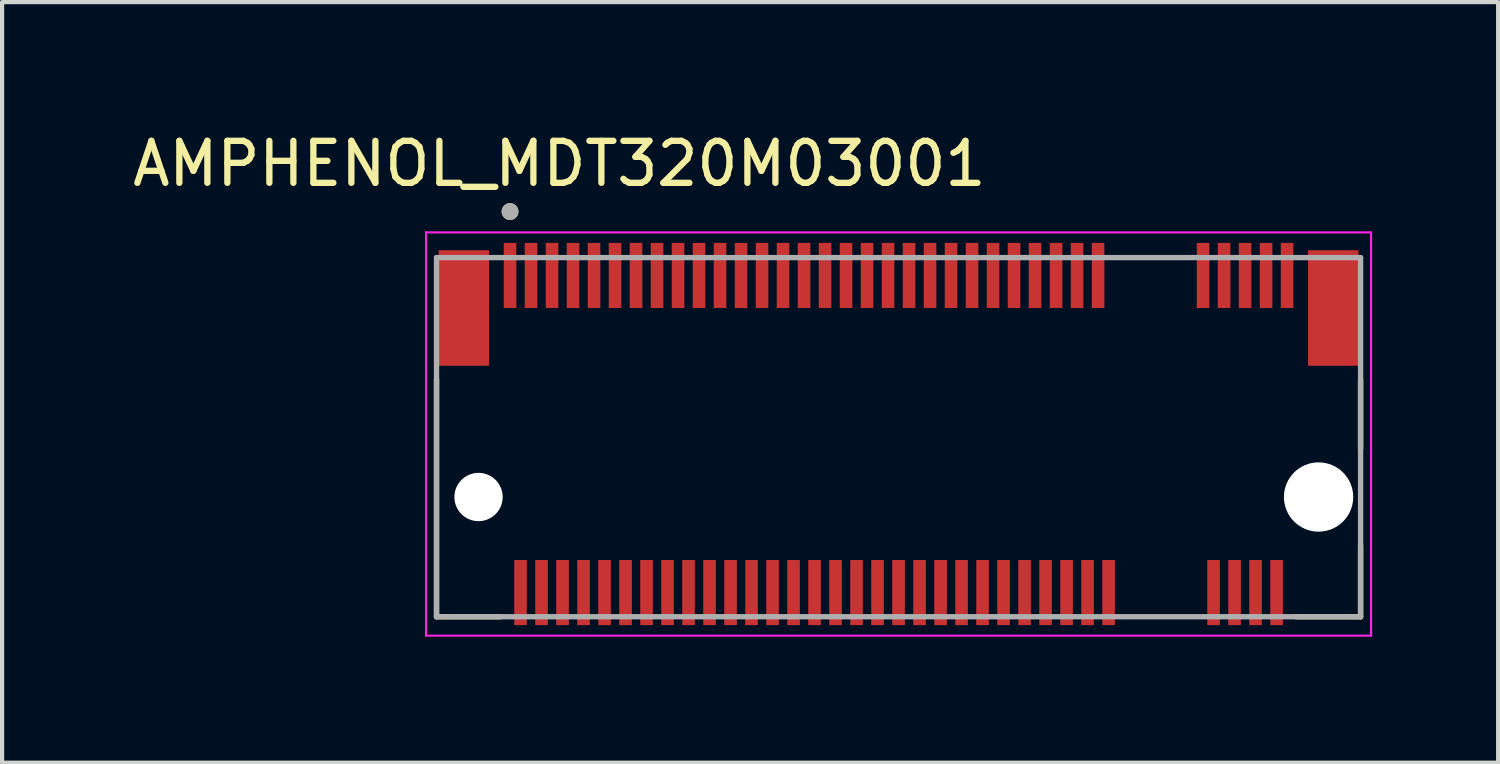
<source format=kicad_pcb>
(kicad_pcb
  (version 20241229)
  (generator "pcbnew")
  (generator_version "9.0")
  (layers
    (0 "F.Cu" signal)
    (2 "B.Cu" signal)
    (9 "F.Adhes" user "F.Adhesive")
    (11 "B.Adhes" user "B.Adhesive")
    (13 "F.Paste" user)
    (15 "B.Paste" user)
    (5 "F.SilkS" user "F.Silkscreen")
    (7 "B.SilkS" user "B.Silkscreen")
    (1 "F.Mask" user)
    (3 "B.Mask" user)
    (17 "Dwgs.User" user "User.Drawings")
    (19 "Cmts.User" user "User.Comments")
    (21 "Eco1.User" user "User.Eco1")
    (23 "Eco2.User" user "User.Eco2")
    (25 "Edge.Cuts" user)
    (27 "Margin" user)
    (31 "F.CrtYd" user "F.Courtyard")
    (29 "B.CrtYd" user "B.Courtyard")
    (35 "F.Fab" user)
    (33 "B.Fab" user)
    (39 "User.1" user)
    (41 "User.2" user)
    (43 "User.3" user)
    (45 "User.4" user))
  (footprint "AMPHENOL_MDT320M03001"
    (layer "F.Cu")
    (at 18.343 8.783)
    (property "Reference" "AMPHENOL_MDT320M03001" (at -8.075 -7.935 0) (layer "F.SilkS") (effects (font (size 1 1) (thickness 0.15))))
    (attr smd)
    (fp_line (start -11 2.85) (end -11 -2.805) (stroke (width 0.127) (type solid)) (layer "F.SilkS"))
    (fp_line (start -9.47 2.85) (end -11 2.85) (stroke (width 0.127) (type solid)) (layer "F.SilkS"))
    (fp_line (start 11 -2.805) (end 11 -1.145) (stroke (width 0.127) (type solid)) (layer "F.SilkS"))
    (fp_line (start 11 2.85) (end 9.47 2.85) (stroke (width 0.127) (type solid)) (layer "F.SilkS"))
    (fp_line (start 11 2.85) (end 11 1.145) (stroke (width 0.127) (type solid)) (layer "F.SilkS"))
    (fp_circle (center -9.25 -6.796) (end -9.15 -6.796) (stroke (width 0.2) (type solid)) (fill no) (layer "F.SilkS"))
    (fp_line (start -11.25 -6.3) (end -11.25 3.3) (stroke (width 0.05) (type solid)) (layer "F.CrtYd"))
    (fp_line (start -11.25 3.3) (end 11.25 3.3) (stroke (width 0.05) (type solid)) (layer "F.CrtYd"))
    (fp_line (start 11.25 -6.3) (end -11.25 -6.3) (stroke (width 0.05) (type solid)) (layer "F.CrtYd"))
    (fp_line (start 11.25 3.3) (end 11.25 -6.3) (stroke (width 0.05) (type solid)) (layer "F.CrtYd"))
    (fp_line (start -11 -5.7) (end 11 -5.7) (stroke (width 0.127) (type solid)) (layer "F.Fab"))
    (fp_line (start -11 2.85) (end -11 -5.7) (stroke (width 0.127) (type solid)) (layer "F.Fab"))
    (fp_line (start 11 -5.7) (end 11 2.85) (stroke (width 0.127) (type solid)) (layer "F.Fab"))
    (fp_line (start 11 2.85) (end -11 2.85) (stroke (width 0.127) (type solid)) (layer "F.Fab"))
    (fp_circle (center -9.25 -6.796) (end -9.15 -6.796) (stroke (width 0.2) (type solid)) (fill no) (layer "F.Fab"))
    (pad "" np_thru_hole circle (at -10 0) (size 1.15 1.15) (drill 1.15) (layers "*.Cu" "*.Mask"))
    (pad "" np_thru_hole circle (at 10 0) (size 1.65 1.65) (drill 1.65) (layers "*.Cu" "*.Mask"))
    (pad "1" smd rect (at -9.25 -5.275) (size 0.3 1.55) (layers "F.Cu" "F.Mask" "F.Paste"))
    (pad "2" smd rect (at -9 2.275) (size 0.3 1.55) (layers "F.Cu" "F.Mask" "F.Paste"))
    (pad "3" smd rect (at -8.75 -5.275) (size 0.3 1.55) (layers "F.Cu" "F.Mask" "F.Paste"))
    (pad "4" smd rect (at -8.5 2.275) (size 0.3 1.55) (layers "F.Cu" "F.Mask" "F.Paste"))
    (pad "5" smd rect (at -8.25 -5.275) (size 0.3 1.55) (layers "F.Cu" "F.Mask" "F.Paste"))
    (pad "6" smd rect (at -8 2.275) (size 0.3 1.55) (layers "F.Cu" "F.Mask" "F.Paste"))
    (pad "7" smd rect (at -7.75 -5.275) (size 0.3 1.55) (layers "F.Cu" "F.Mask" "F.Paste"))
    (pad "8" smd rect (at -7.5 2.275) (size 0.3 1.55) (layers "F.Cu" "F.Mask" "F.Paste"))
    (pad "9" smd rect (at -7.25 -5.275) (size 0.3 1.55) (layers "F.Cu" "F.Mask" "F.Paste"))
    (pad "10" smd rect (at -7 2.275) (size 0.3 1.55) (layers "F.Cu" "F.Mask" "F.Paste"))
    (pad "11" smd rect (at -6.75 -5.275) (size 0.3 1.55) (layers "F.Cu" "F.Mask" "F.Paste"))
    (pad "12" smd rect (at -6.5 2.275) (size 0.3 1.55) (layers "F.Cu" "F.Mask" "F.Paste"))
    (pad "13" smd rect (at -6.25 -5.275) (size 0.3 1.55) (layers "F.Cu" "F.Mask" "F.Paste"))
    (pad "14" smd rect (at -6 2.275) (size 0.3 1.55) (layers "F.Cu" "F.Mask" "F.Paste"))
    (pad "15" smd rect (at -5.75 -5.275) (size 0.3 1.55) (layers "F.Cu" "F.Mask" "F.Paste"))
    (pad "16" smd rect (at -5.5 2.275) (size 0.3 1.55) (layers "F.Cu" "F.Mask" "F.Paste"))
    (pad "17" smd rect (at -5.25 -5.275) (size 0.3 1.55) (layers "F.Cu" "F.Mask" "F.Paste"))
    (pad "18" smd rect (at -5 2.275) (size 0.3 1.55) (layers "F.Cu" "F.Mask" "F.Paste"))
    (pad "19" smd rect (at -4.75 -5.275) (size 0.3 1.55) (layers "F.Cu" "F.Mask" "F.Paste"))
    (pad "20" smd rect (at -4.5 2.275) (size 0.3 1.55) (layers "F.Cu" "F.Mask" "F.Paste"))
    (pad "21" smd rect (at -4.25 -5.275) (size 0.3 1.55) (layers "F.Cu" "F.Mask" "F.Paste"))
    (pad "22" smd rect (at -4 2.275) (size 0.3 1.55) (layers "F.Cu" "F.Mask" "F.Paste"))
    (pad "23" smd rect (at -3.75 -5.275) (size 0.3 1.55) (layers "F.Cu" "F.Mask" "F.Paste"))
    (pad "24" smd rect (at -3.5 2.275) (size 0.3 1.55) (layers "F.Cu" "F.Mask" "F.Paste"))
    (pad "25" smd rect (at -3.25 -5.275) (size 0.3 1.55) (layers "F.Cu" "F.Mask" "F.Paste"))
    (pad "26" smd rect (at -3 2.275) (size 0.3 1.55) (layers "F.Cu" "F.Mask" "F.Paste"))
    (pad "27" smd rect (at -2.75 -5.275) (size 0.3 1.55) (layers "F.Cu" "F.Mask" "F.Paste"))
    (pad "28" smd rect (at -2.5 2.275) (size 0.3 1.55) (layers "F.Cu" "F.Mask" "F.Paste"))
    (pad "29" smd rect (at -2.25 -5.275) (size 0.3 1.55) (layers "F.Cu" "F.Mask" "F.Paste"))
    (pad "30" smd rect (at -2 2.275) (size 0.3 1.55) (layers "F.Cu" "F.Mask" "F.Paste"))
    (pad "31" smd rect (at -1.75 -5.275) (size 0.3 1.55) (layers "F.Cu" "F.Mask" "F.Paste"))
    (pad "32" smd rect (at -1.5 2.275) (size 0.3 1.55) (layers "F.Cu" "F.Mask" "F.Paste"))
    (pad "33" smd rect (at -1.25 -5.275) (size 0.3 1.55) (layers "F.Cu" "F.Mask" "F.Paste"))
    (pad "34" smd rect (at -1 2.275) (size 0.3 1.55) (layers "F.Cu" "F.Mask" "F.Paste"))
    (pad "35" smd rect (at -0.75 -5.275) (size 0.3 1.55) (layers "F.Cu" "F.Mask" "F.Paste"))
    (pad "36" smd rect (at -0.5 2.275) (size 0.3 1.55) (layers "F.Cu" "F.Mask" "F.Paste"))
    (pad "37" smd rect (at -0.25 -5.275) (size 0.3 1.55) (layers "F.Cu" "F.Mask" "F.Paste"))
    (pad "38" smd rect (at 0 2.275) (size 0.3 1.55) (layers "F.Cu" "F.Mask" "F.Paste"))
    (pad "39" smd rect (at 0.25 -5.275) (size 0.3 1.55) (layers "F.Cu" "F.Mask" "F.Paste"))
    (pad "40" smd rect (at 0.5 2.275) (size 0.3 1.55) (layers "F.Cu" "F.Mask" "F.Paste"))
    (pad "41" smd rect (at 0.75 -5.275) (size 0.3 1.55) (layers "F.Cu" "F.Mask" "F.Paste"))
    (pad "42" smd rect (at 1 2.275) (size 0.3 1.55) (layers "F.Cu" "F.Mask" "F.Paste"))
    (pad "43" smd rect (at 1.25 -5.275) (size 0.3 1.55) (layers "F.Cu" "F.Mask" "F.Paste"))
    (pad "44" smd rect (at 1.5 2.275) (size 0.3 1.55) (layers "F.Cu" "F.Mask" "F.Paste"))
    (pad "45" smd rect (at 1.75 -5.275) (size 0.3 1.55) (layers "F.Cu" "F.Mask" "F.Paste"))
    (pad "46" smd rect (at 2 2.275) (size 0.3 1.55) (layers "F.Cu" "F.Mask" "F.Paste"))
    (pad "47" smd rect (at 2.25 -5.275) (size 0.3 1.55) (layers "F.Cu" "F.Mask" "F.Paste"))
    (pad "48" smd rect (at 2.5 2.275) (size 0.3 1.55) (layers "F.Cu" "F.Mask" "F.Paste"))
    (pad "49" smd rect (at 2.75 -5.275) (size 0.3 1.55) (layers "F.Cu" "F.Mask" "F.Paste"))
    (pad "50" smd rect (at 3 2.275) (size 0.3 1.55) (layers "F.Cu" "F.Mask" "F.Paste"))
    (pad "51" smd rect (at 3.25 -5.275) (size 0.3 1.55) (layers "F.Cu" "F.Mask" "F.Paste"))
    (pad "52" smd rect (at 3.5 2.275) (size 0.3 1.55) (layers "F.Cu" "F.Mask" "F.Paste"))
    (pad "53" smd rect (at 3.75 -5.275) (size 0.3 1.55) (layers "F.Cu" "F.Mask" "F.Paste"))
    (pad "54" smd rect (at 4 2.275) (size 0.3 1.55) (layers "F.Cu" "F.Mask" "F.Paste"))
    (pad "55" smd rect (at 4.25 -5.275) (size 0.3 1.55) (layers "F.Cu" "F.Mask" "F.Paste"))
    (pad "56" smd rect (at 4.5 2.275) (size 0.3 1.55) (layers "F.Cu" "F.Mask" "F.Paste"))
    (pad "57" smd rect (at 4.75 -5.275) (size 0.3 1.55) (layers "F.Cu" "F.Mask" "F.Paste"))
    (pad "58" smd rect (at 5 2.275) (size 0.3 1.55) (layers "F.Cu" "F.Mask" "F.Paste"))
    (pad "67" smd rect (at 7.25 -5.275) (size 0.3 1.55) (layers "F.Cu" "F.Mask" "F.Paste"))
    (pad "68" smd rect (at 7.5 2.275) (size 0.3 1.55) (layers "F.Cu" "F.Mask" "F.Paste"))
    (pad "69" smd rect (at 7.75 -5.275) (size 0.3 1.55) (layers "F.Cu" "F.Mask" "F.Paste"))
    (pad "70" smd rect (at 8 2.275) (size 0.3 1.55) (layers "F.Cu" "F.Mask" "F.Paste"))
    (pad "71" smd rect (at 8.25 -5.275) (size 0.3 1.55) (layers "F.Cu" "F.Mask" "F.Paste"))
    (pad "72" smd rect (at 8.5 2.275) (size 0.3 1.55) (layers "F.Cu" "F.Mask" "F.Paste"))
    (pad "73" smd rect (at 8.75 -5.275) (size 0.3 1.55) (layers "F.Cu" "F.Mask" "F.Paste"))
    (pad "74" smd rect (at 9 2.275) (size 0.3 1.55) (layers "F.Cu" "F.Mask" "F.Paste"))
    (pad "75" smd rect (at 9.25 -5.275) (size 0.3 1.55) (layers "F.Cu" "F.Mask" "F.Paste"))
    (pad "S1" smd rect (at -10.35 -4.5) (size 1.2 2.75) (layers "F.Cu" "F.Mask" "F.Paste"))
    (pad "S2" smd rect (at 10.35 -4.5) (size 1.2 2.75) (layers "F.Cu" "F.Mask" "F.Paste")))
  (gr_rect
    (start -3 -3)
    (end 32.618 15.108)
    (stroke (width 0.1) (type default))
    (fill no)
    (layer "Edge.Cuts")))
</source>
